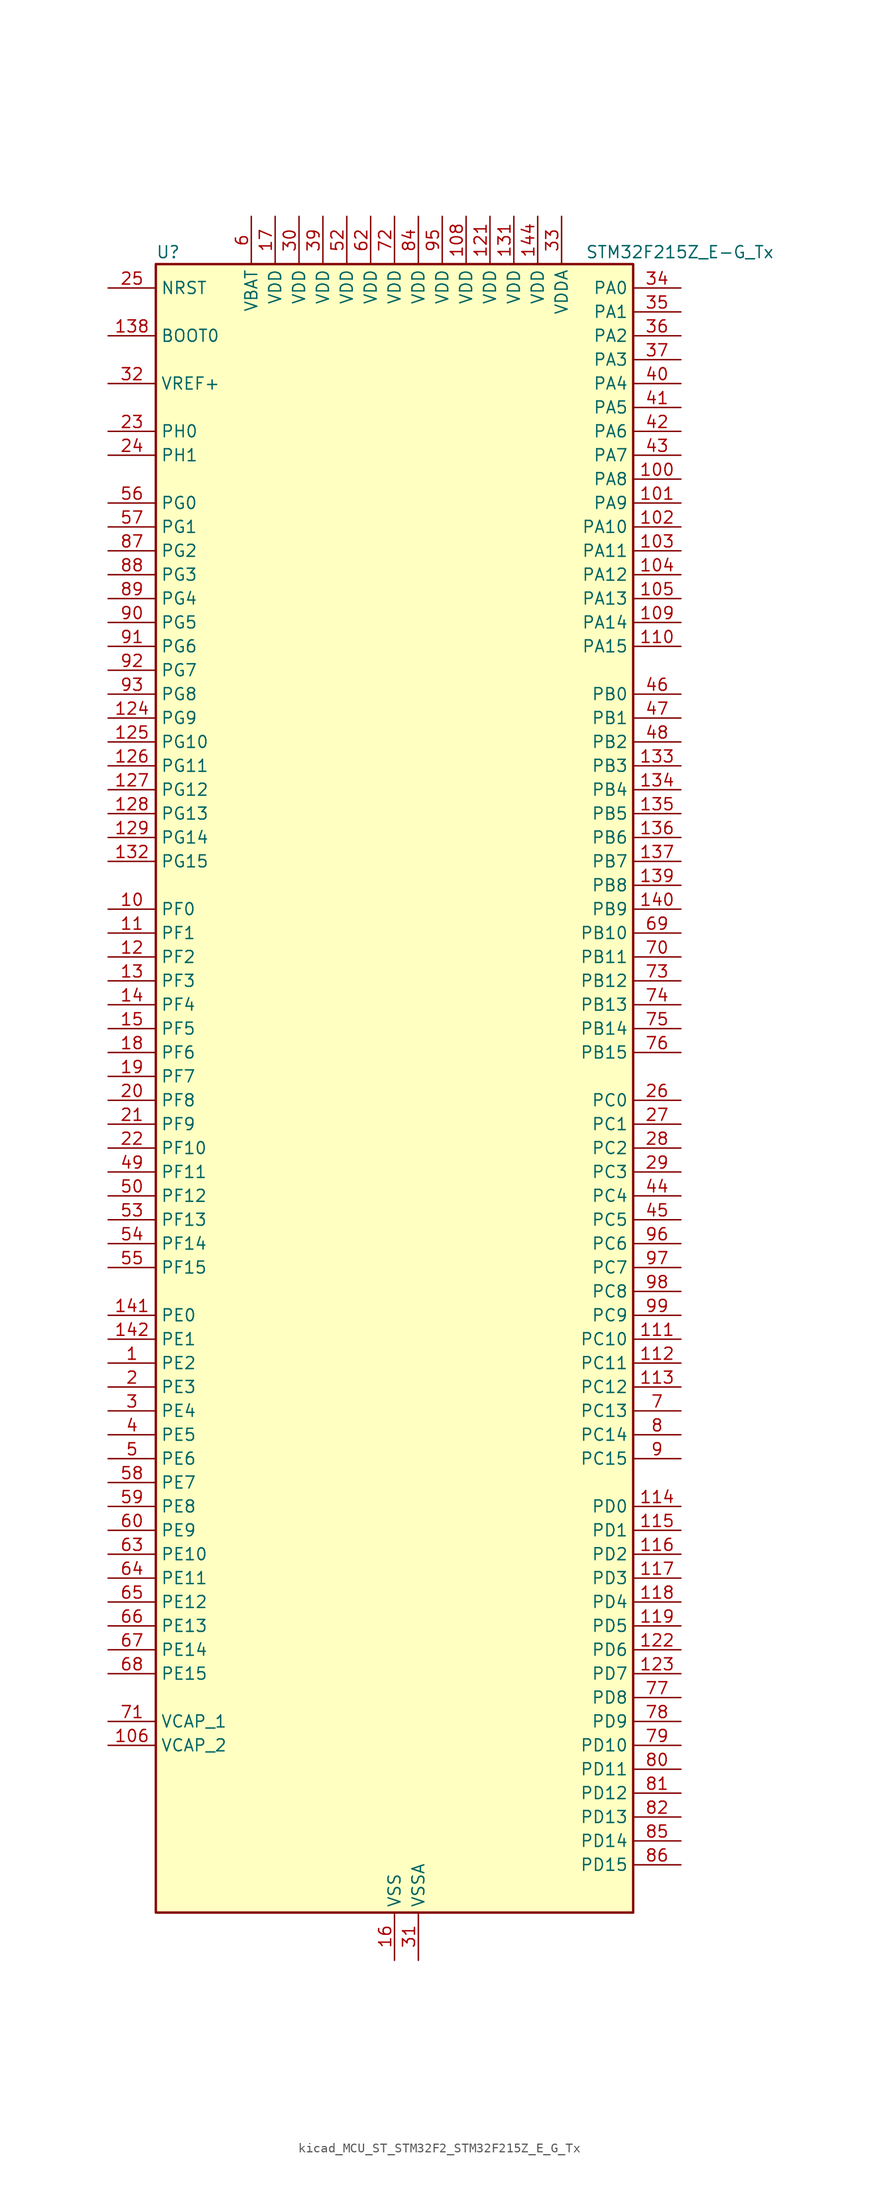
<source format=kicad_sym>
(kicad_symbol_lib
  (version 20220914)
  (generator kicad_symbol_editor)
  (symbol "kicad_MCU_ST_STM32F2_STM32F215Z_E_G_Tx"
    (property "Reference" "U"
      (at -25.4 90.17 0)
      (effects (font (size 1.27 1.27)) (justify left)))
    (property "Value" "STM32F215Z_E-G_Tx"
      (at 20.32 90.17 0)
      (effects (font (size 1.27 1.27)) (justify left)))
    (property "ki_locked" ""
      (at 0 0 0)
      (effects (font (size 1.27 1.27))))
    (symbol "kicad_MCU_ST_STM32F2_STM32F215Z_E_G_Tx_0_1"
      (rectangle (start -25.4 -86.36) (end 25.4 88.9) (stroke (width 0.254) (type default)) (fill (type background))))
    (symbol "kicad_MCU_ST_STM32F2_STM32F215Z_E_G_Tx_1_1"
      (pin bidirectional line (at -30.48 -27.94 0) (length 5.08) (name "PE2" (effects (font (size 1.27 1.27)))) (number "1" (effects (font (size 1.27 1.27)))) (alternate "FSMC_A23" bidirectional line) (alternate "SYS_TRACECLK" bidirectional line))
      (pin bidirectional line (at -30.48 20.32 0) (length 5.08) (name "PF0" (effects (font (size 1.27 1.27)))) (number "10" (effects (font (size 1.27 1.27)))) (alternate "FSMC_A0" bidirectional line) (alternate "I2C2_SDA" bidirectional line))
      (pin bidirectional line (at 30.48 66.04 180) (length 5.08) (name "PA8" (effects (font (size 1.27 1.27)))) (number "100" (effects (font (size 1.27 1.27)))) (alternate "I2C3_SCL" bidirectional line) (alternate "RCC_MCO_1" bidirectional line) (alternate "TIM1_CH1" bidirectional line) (alternate "USART1_CK" bidirectional line) (alternate "USB_OTG_FS_SOF" bidirectional line))
      (pin bidirectional line (at 30.48 63.5 180) (length 5.08) (name "PA9" (effects (font (size 1.27 1.27)))) (number "101" (effects (font (size 1.27 1.27)))) (alternate "DAC_EXTI9" bidirectional line) (alternate "I2C3_SMBA" bidirectional line) (alternate "TIM1_CH2" bidirectional line) (alternate "USART1_TX" bidirectional line) (alternate "USB_OTG_FS_VBUS" bidirectional line))
      (pin bidirectional line (at 30.48 60.96 180) (length 5.08) (name "PA10" (effects (font (size 1.27 1.27)))) (number "102" (effects (font (size 1.27 1.27)))) (alternate "TIM1_CH3" bidirectional line) (alternate "USART1_RX" bidirectional line) (alternate "USB_OTG_FS_ID" bidirectional line))
      (pin bidirectional line (at 30.48 58.42 180) (length 5.08) (name "PA11" (effects (font (size 1.27 1.27)))) (number "103" (effects (font (size 1.27 1.27)))) (alternate "ADC1_EXTI11" bidirectional line) (alternate "ADC2_EXTI11" bidirectional line) (alternate "ADC3_EXTI11" bidirectional line) (alternate "CAN1_RX" bidirectional line) (alternate "TIM1_CH4" bidirectional line) (alternate "USART1_CTS" bidirectional line) (alternate "USB_OTG_FS_DM" bidirectional line))
      (pin bidirectional line (at 30.48 55.88 180) (length 5.08) (name "PA12" (effects (font (size 1.27 1.27)))) (number "104" (effects (font (size 1.27 1.27)))) (alternate "CAN1_TX" bidirectional line) (alternate "TIM1_ETR" bidirectional line) (alternate "USART1_RTS" bidirectional line) (alternate "USB_OTG_FS_DP" bidirectional line))
      (pin bidirectional line (at 30.48 53.34 180) (length 5.08) (name "PA13" (effects (font (size 1.27 1.27)))) (number "105" (effects (font (size 1.27 1.27)))) (alternate "SYS_JTMS-SWDIO" bidirectional line))
      (pin power_out line (at -30.48 -68.58 0) (length 5.08) (name "VCAP_2" (effects (font (size 1.27 1.27)))) (number "106" (effects (font (size 1.27 1.27)))))
      (pin passive line (at 0 -91.44 90) (length 5.08) hide (name "VSS" (effects (font (size 1.27 1.27)))) (number "107" (effects (font (size 1.27 1.27)))))
      (pin power_in line (at 7.62 93.98 270) (length 5.08) (name "VDD" (effects (font (size 1.27 1.27)))) (number "108" (effects (font (size 1.27 1.27)))))
      (pin bidirectional line (at 30.48 50.8 180) (length 5.08) (name "PA14" (effects (font (size 1.27 1.27)))) (number "109" (effects (font (size 1.27 1.27)))) (alternate "SYS_JTCK-SWCLK" bidirectional line))
      (pin bidirectional line (at -30.48 17.78 0) (length 5.08) (name "PF1" (effects (font (size 1.27 1.27)))) (number "11" (effects (font (size 1.27 1.27)))) (alternate "FSMC_A1" bidirectional line) (alternate "I2C2_SCL" bidirectional line))
      (pin bidirectional line (at 30.48 48.26 180) (length 5.08) (name "PA15" (effects (font (size 1.27 1.27)))) (number "110" (effects (font (size 1.27 1.27)))) (alternate "ADC1_EXTI15" bidirectional line) (alternate "ADC2_EXTI15" bidirectional line) (alternate "ADC3_EXTI15" bidirectional line) (alternate "I2S3_WS" bidirectional line) (alternate "SPI1_NSS" bidirectional line) (alternate "SPI3_NSS" bidirectional line) (alternate "SYS_JTDI" bidirectional line) (alternate "TIM2_CH1" bidirectional line) (alternate "TIM2_ETR" bidirectional line))
      (pin bidirectional line (at 30.48 -25.4 180) (length 5.08) (name "PC10" (effects (font (size 1.27 1.27)))) (number "111" (effects (font (size 1.27 1.27)))) (alternate "I2S3_SCK" bidirectional line) (alternate "SDIO_D2" bidirectional line) (alternate "SPI3_SCK" bidirectional line) (alternate "UART4_TX" bidirectional line) (alternate "USART3_TX" bidirectional line))
      (pin bidirectional line (at 30.48 -27.94 180) (length 5.08) (name "PC11" (effects (font (size 1.27 1.27)))) (number "112" (effects (font (size 1.27 1.27)))) (alternate "ADC1_EXTI11" bidirectional line) (alternate "ADC2_EXTI11" bidirectional line) (alternate "ADC3_EXTI11" bidirectional line) (alternate "SDIO_D3" bidirectional line) (alternate "SPI3_MISO" bidirectional line) (alternate "UART4_RX" bidirectional line) (alternate "USART3_RX" bidirectional line))
      (pin bidirectional line (at 30.48 -30.48 180) (length 5.08) (name "PC12" (effects (font (size 1.27 1.27)))) (number "113" (effects (font (size 1.27 1.27)))) (alternate "I2S3_SD" bidirectional line) (alternate "SDIO_CK" bidirectional line) (alternate "SPI3_MOSI" bidirectional line) (alternate "UART5_TX" bidirectional line) (alternate "USART3_CK" bidirectional line))
      (pin bidirectional line (at 30.48 -43.18 180) (length 5.08) (name "PD0" (effects (font (size 1.27 1.27)))) (number "114" (effects (font (size 1.27 1.27)))) (alternate "CAN1_RX" bidirectional line) (alternate "FSMC_D2" bidirectional line) (alternate "FSMC_DA2" bidirectional line))
      (pin bidirectional line (at 30.48 -45.72 180) (length 5.08) (name "PD1" (effects (font (size 1.27 1.27)))) (number "115" (effects (font (size 1.27 1.27)))) (alternate "CAN1_TX" bidirectional line) (alternate "FSMC_D3" bidirectional line) (alternate "FSMC_DA3" bidirectional line))
      (pin bidirectional line (at 30.48 -48.26 180) (length 5.08) (name "PD2" (effects (font (size 1.27 1.27)))) (number "116" (effects (font (size 1.27 1.27)))) (alternate "SDIO_CMD" bidirectional line) (alternate "TIM3_ETR" bidirectional line) (alternate "UART5_RX" bidirectional line))
      (pin bidirectional line (at 30.48 -50.8 180) (length 5.08) (name "PD3" (effects (font (size 1.27 1.27)))) (number "117" (effects (font (size 1.27 1.27)))) (alternate "FSMC_CLK" bidirectional line) (alternate "USART2_CTS" bidirectional line))
      (pin bidirectional line (at 30.48 -53.34 180) (length 5.08) (name "PD4" (effects (font (size 1.27 1.27)))) (number "118" (effects (font (size 1.27 1.27)))) (alternate "FSMC_NOE" bidirectional line) (alternate "USART2_RTS" bidirectional line))
      (pin bidirectional line (at 30.48 -55.88 180) (length 5.08) (name "PD5" (effects (font (size 1.27 1.27)))) (number "119" (effects (font (size 1.27 1.27)))) (alternate "FSMC_NWE" bidirectional line) (alternate "USART2_TX" bidirectional line))
      (pin bidirectional line (at -30.48 15.24 0) (length 5.08) (name "PF2" (effects (font (size 1.27 1.27)))) (number "12" (effects (font (size 1.27 1.27)))) (alternate "FSMC_A2" bidirectional line) (alternate "I2C2_SMBA" bidirectional line))
      (pin passive line (at 0 -91.44 90) (length 5.08) hide (name "VSS" (effects (font (size 1.27 1.27)))) (number "120" (effects (font (size 1.27 1.27)))))
      (pin power_in line (at 10.16 93.98 270) (length 5.08) (name "VDD" (effects (font (size 1.27 1.27)))) (number "121" (effects (font (size 1.27 1.27)))))
      (pin bidirectional line (at 30.48 -58.42 180) (length 5.08) (name "PD6" (effects (font (size 1.27 1.27)))) (number "122" (effects (font (size 1.27 1.27)))) (alternate "FSMC_NWAIT" bidirectional line) (alternate "USART2_RX" bidirectional line))
      (pin bidirectional line (at 30.48 -60.96 180) (length 5.08) (name "PD7" (effects (font (size 1.27 1.27)))) (number "123" (effects (font (size 1.27 1.27)))) (alternate "FSMC_NCE2" bidirectional line) (alternate "FSMC_NE1" bidirectional line) (alternate "USART2_CK" bidirectional line))
      (pin bidirectional line (at -30.48 40.64 0) (length 5.08) (name "PG9" (effects (font (size 1.27 1.27)))) (number "124" (effects (font (size 1.27 1.27)))) (alternate "DAC_EXTI9" bidirectional line) (alternate "FSMC_NCE3" bidirectional line) (alternate "FSMC_NE2" bidirectional line) (alternate "USART6_RX" bidirectional line))
      (pin bidirectional line (at -30.48 38.1 0) (length 5.08) (name "PG10" (effects (font (size 1.27 1.27)))) (number "125" (effects (font (size 1.27 1.27)))) (alternate "FSMC_NCE4_1" bidirectional line) (alternate "FSMC_NE3" bidirectional line))
      (pin bidirectional line (at -30.48 35.56 0) (length 5.08) (name "PG11" (effects (font (size 1.27 1.27)))) (number "126" (effects (font (size 1.27 1.27)))) (alternate "ADC1_EXTI11" bidirectional line) (alternate "ADC2_EXTI11" bidirectional line) (alternate "ADC3_EXTI11" bidirectional line) (alternate "FSMC_NCE4_2" bidirectional line))
      (pin bidirectional line (at -30.48 33.02 0) (length 5.08) (name "PG12" (effects (font (size 1.27 1.27)))) (number "127" (effects (font (size 1.27 1.27)))) (alternate "FSMC_NE4" bidirectional line) (alternate "USART6_RTS" bidirectional line))
      (pin bidirectional line (at -30.48 30.48 0) (length 5.08) (name "PG13" (effects (font (size 1.27 1.27)))) (number "128" (effects (font (size 1.27 1.27)))) (alternate "FSMC_A24" bidirectional line) (alternate "USART6_CTS" bidirectional line))
      (pin bidirectional line (at -30.48 27.94 0) (length 5.08) (name "PG14" (effects (font (size 1.27 1.27)))) (number "129" (effects (font (size 1.27 1.27)))) (alternate "FSMC_A25" bidirectional line) (alternate "USART6_TX" bidirectional line))
      (pin bidirectional line (at -30.48 12.7 0) (length 5.08) (name "PF3" (effects (font (size 1.27 1.27)))) (number "13" (effects (font (size 1.27 1.27)))) (alternate "ADC3_IN9" bidirectional line) (alternate "FSMC_A3" bidirectional line))
      (pin passive line (at 0 -91.44 90) (length 5.08) hide (name "VSS" (effects (font (size 1.27 1.27)))) (number "130" (effects (font (size 1.27 1.27)))))
      (pin power_in line (at 12.7 93.98 270) (length 5.08) (name "VDD" (effects (font (size 1.27 1.27)))) (number "131" (effects (font (size 1.27 1.27)))))
      (pin bidirectional line (at -30.48 25.4 0) (length 5.08) (name "PG15" (effects (font (size 1.27 1.27)))) (number "132" (effects (font (size 1.27 1.27)))) (alternate "ADC1_EXTI15" bidirectional line) (alternate "ADC2_EXTI15" bidirectional line) (alternate "ADC3_EXTI15" bidirectional line) (alternate "USART6_CTS" bidirectional line))
      (pin bidirectional line (at 30.48 35.56 180) (length 5.08) (name "PB3" (effects (font (size 1.27 1.27)))) (number "133" (effects (font (size 1.27 1.27)))) (alternate "I2S3_SCK" bidirectional line) (alternate "SPI1_SCK" bidirectional line) (alternate "SPI3_SCK" bidirectional line) (alternate "SYS_JTDO-SWO" bidirectional line) (alternate "TIM2_CH2" bidirectional line))
      (pin bidirectional line (at 30.48 33.02 180) (length 5.08) (name "PB4" (effects (font (size 1.27 1.27)))) (number "134" (effects (font (size 1.27 1.27)))) (alternate "SPI1_MISO" bidirectional line) (alternate "SPI3_MISO" bidirectional line) (alternate "SYS_JTRST" bidirectional line) (alternate "TIM3_CH1" bidirectional line))
      (pin bidirectional line (at 30.48 30.48 180) (length 5.08) (name "PB5" (effects (font (size 1.27 1.27)))) (number "135" (effects (font (size 1.27 1.27)))) (alternate "CAN2_RX" bidirectional line) (alternate "I2C1_SMBA" bidirectional line) (alternate "I2S3_SD" bidirectional line) (alternate "SPI1_MOSI" bidirectional line) (alternate "SPI3_MOSI" bidirectional line) (alternate "TIM3_CH2" bidirectional line) (alternate "USB_OTG_HS_ULPI_D7" bidirectional line))
      (pin bidirectional line (at 30.48 27.94 180) (length 5.08) (name "PB6" (effects (font (size 1.27 1.27)))) (number "136" (effects (font (size 1.27 1.27)))) (alternate "CAN2_TX" bidirectional line) (alternate "I2C1_SCL" bidirectional line) (alternate "TIM4_CH1" bidirectional line) (alternate "USART1_TX" bidirectional line))
      (pin bidirectional line (at 30.48 25.4 180) (length 5.08) (name "PB7" (effects (font (size 1.27 1.27)))) (number "137" (effects (font (size 1.27 1.27)))) (alternate "FSMC_NL" bidirectional line) (alternate "I2C1_SDA" bidirectional line) (alternate "TIM4_CH2" bidirectional line) (alternate "USART1_RX" bidirectional line))
      (pin input line (at -30.48 81.28 0) (length 5.08) (name "BOOT0" (effects (font (size 1.27 1.27)))) (number "138" (effects (font (size 1.27 1.27)))))
      (pin bidirectional line (at 30.48 22.86 180) (length 5.08) (name "PB8" (effects (font (size 1.27 1.27)))) (number "139" (effects (font (size 1.27 1.27)))) (alternate "CAN1_RX" bidirectional line) (alternate "I2C1_SCL" bidirectional line) (alternate "SDIO_D4" bidirectional line) (alternate "TIM10_CH1" bidirectional line) (alternate "TIM4_CH3" bidirectional line))
      (pin bidirectional line (at -30.48 10.16 0) (length 5.08) (name "PF4" (effects (font (size 1.27 1.27)))) (number "14" (effects (font (size 1.27 1.27)))) (alternate "ADC3_IN14" bidirectional line) (alternate "FSMC_A4" bidirectional line))
      (pin bidirectional line (at 30.48 20.32 180) (length 5.08) (name "PB9" (effects (font (size 1.27 1.27)))) (number "140" (effects (font (size 1.27 1.27)))) (alternate "CAN1_TX" bidirectional line) (alternate "DAC_EXTI9" bidirectional line) (alternate "I2C1_SDA" bidirectional line) (alternate "I2S2_WS" bidirectional line) (alternate "SDIO_D5" bidirectional line) (alternate "SPI2_NSS" bidirectional line) (alternate "TIM11_CH1" bidirectional line) (alternate "TIM4_CH4" bidirectional line))
      (pin bidirectional line (at -30.48 -22.86 0) (length 5.08) (name "PE0" (effects (font (size 1.27 1.27)))) (number "141" (effects (font (size 1.27 1.27)))) (alternate "FSMC_NBL0" bidirectional line) (alternate "TIM4_ETR" bidirectional line))
      (pin bidirectional line (at -30.48 -25.4 0) (length 5.08) (name "PE1" (effects (font (size 1.27 1.27)))) (number "142" (effects (font (size 1.27 1.27)))) (alternate "FSMC_NBL1" bidirectional line))
      (pin no_connect line (at -25.4 -86.36 0) (length 5.08) hide (name "RFU" (effects (font (size 1.27 1.27)))) (number "143" (effects (font (size 1.27 1.27)))))
      (pin power_in line (at 15.24 93.98 270) (length 5.08) (name "VDD" (effects (font (size 1.27 1.27)))) (number "144" (effects (font (size 1.27 1.27)))))
      (pin bidirectional line (at -30.48 7.62 0) (length 5.08) (name "PF5" (effects (font (size 1.27 1.27)))) (number "15" (effects (font (size 1.27 1.27)))) (alternate "ADC3_IN15" bidirectional line) (alternate "FSMC_A5" bidirectional line))
      (pin power_in line (at 0 -91.44 90) (length 5.08) (name "VSS" (effects (font (size 1.27 1.27)))) (number "16" (effects (font (size 1.27 1.27)))))
      (pin power_in line (at -12.7 93.98 270) (length 5.08) (name "VDD" (effects (font (size 1.27 1.27)))) (number "17" (effects (font (size 1.27 1.27)))))
      (pin bidirectional line (at -30.48 5.08 0) (length 5.08) (name "PF6" (effects (font (size 1.27 1.27)))) (number "18" (effects (font (size 1.27 1.27)))) (alternate "ADC3_IN4" bidirectional line) (alternate "FSMC_NIORD" bidirectional line) (alternate "TIM10_CH1" bidirectional line))
      (pin bidirectional line (at -30.48 2.54 0) (length 5.08) (name "PF7" (effects (font (size 1.27 1.27)))) (number "19" (effects (font (size 1.27 1.27)))) (alternate "ADC3_IN5" bidirectional line) (alternate "FSMC_NREG" bidirectional line) (alternate "TIM11_CH1" bidirectional line))
      (pin bidirectional line (at -30.48 -30.48 0) (length 5.08) (name "PE3" (effects (font (size 1.27 1.27)))) (number "2" (effects (font (size 1.27 1.27)))) (alternate "FSMC_A19" bidirectional line) (alternate "SYS_TRACED0" bidirectional line))
      (pin bidirectional line (at -30.48 0 0) (length 5.08) (name "PF8" (effects (font (size 1.27 1.27)))) (number "20" (effects (font (size 1.27 1.27)))) (alternate "ADC3_IN6" bidirectional line) (alternate "FSMC_NIOWR" bidirectional line) (alternate "TIM13_CH1" bidirectional line))
      (pin bidirectional line (at -30.48 -2.54 0) (length 5.08) (name "PF9" (effects (font (size 1.27 1.27)))) (number "21" (effects (font (size 1.27 1.27)))) (alternate "ADC3_IN7" bidirectional line) (alternate "DAC_EXTI9" bidirectional line) (alternate "FSMC_CD" bidirectional line) (alternate "TIM14_CH1" bidirectional line))
      (pin bidirectional line (at -30.48 -5.08 0) (length 5.08) (name "PF10" (effects (font (size 1.27 1.27)))) (number "22" (effects (font (size 1.27 1.27)))) (alternate "ADC3_IN8" bidirectional line) (alternate "FSMC_INTR" bidirectional line))
      (pin bidirectional line (at -30.48 71.12 0) (length 5.08) (name "PH0" (effects (font (size 1.27 1.27)))) (number "23" (effects (font (size 1.27 1.27)))) (alternate "RCC_OSC_IN" bidirectional line))
      (pin bidirectional line (at -30.48 68.58 0) (length 5.08) (name "PH1" (effects (font (size 1.27 1.27)))) (number "24" (effects (font (size 1.27 1.27)))) (alternate "RCC_OSC_OUT" bidirectional line))
      (pin input line (at -30.48 86.36 0) (length 5.08) (name "NRST" (effects (font (size 1.27 1.27)))) (number "25" (effects (font (size 1.27 1.27)))))
      (pin bidirectional line (at 30.48 0 180) (length 5.08) (name "PC0" (effects (font (size 1.27 1.27)))) (number "26" (effects (font (size 1.27 1.27)))) (alternate "ADC1_IN10" bidirectional line) (alternate "ADC2_IN10" bidirectional line) (alternate "ADC3_IN10" bidirectional line) (alternate "USB_OTG_HS_ULPI_STP" bidirectional line))
      (pin bidirectional line (at 30.48 -2.54 180) (length 5.08) (name "PC1" (effects (font (size 1.27 1.27)))) (number "27" (effects (font (size 1.27 1.27)))) (alternate "ADC1_IN11" bidirectional line) (alternate "ADC2_IN11" bidirectional line) (alternate "ADC3_IN11" bidirectional line))
      (pin bidirectional line (at 30.48 -5.08 180) (length 5.08) (name "PC2" (effects (font (size 1.27 1.27)))) (number "28" (effects (font (size 1.27 1.27)))) (alternate "ADC1_IN12" bidirectional line) (alternate "ADC2_IN12" bidirectional line) (alternate "ADC3_IN12" bidirectional line) (alternate "SPI2_MISO" bidirectional line) (alternate "USB_OTG_HS_ULPI_DIR" bidirectional line))
      (pin bidirectional line (at 30.48 -7.62 180) (length 5.08) (name "PC3" (effects (font (size 1.27 1.27)))) (number "29" (effects (font (size 1.27 1.27)))) (alternate "ADC1_IN13" bidirectional line) (alternate "ADC2_IN13" bidirectional line) (alternate "ADC3_IN13" bidirectional line) (alternate "I2S2_SD" bidirectional line) (alternate "SPI2_MOSI" bidirectional line) (alternate "USB_OTG_HS_ULPI_NXT" bidirectional line))
      (pin bidirectional line (at -30.48 -33.02 0) (length 5.08) (name "PE4" (effects (font (size 1.27 1.27)))) (number "3" (effects (font (size 1.27 1.27)))) (alternate "FSMC_A20" bidirectional line) (alternate "SYS_TRACED1" bidirectional line))
      (pin power_in line (at -10.16 93.98 270) (length 5.08) (name "VDD" (effects (font (size 1.27 1.27)))) (number "30" (effects (font (size 1.27 1.27)))))
      (pin power_in line (at 2.54 -91.44 90) (length 5.08) (name "VSSA" (effects (font (size 1.27 1.27)))) (number "31" (effects (font (size 1.27 1.27)))))
      (pin input line (at -30.48 76.2 0) (length 5.08) (name "VREF+" (effects (font (size 1.27 1.27)))) (number "32" (effects (font (size 1.27 1.27)))))
      (pin power_in line (at 17.78 93.98 270) (length 5.08) (name "VDDA" (effects (font (size 1.27 1.27)))) (number "33" (effects (font (size 1.27 1.27)))))
      (pin bidirectional line (at 30.48 86.36 180) (length 5.08) (name "PA0" (effects (font (size 1.27 1.27)))) (number "34" (effects (font (size 1.27 1.27)))) (alternate "ADC1_IN0" bidirectional line) (alternate "ADC2_IN0" bidirectional line) (alternate "ADC3_IN0" bidirectional line) (alternate "SYS_WKUP" bidirectional line) (alternate "TIM2_CH1" bidirectional line) (alternate "TIM2_ETR" bidirectional line) (alternate "TIM5_CH1" bidirectional line) (alternate "TIM8_ETR" bidirectional line) (alternate "UART4_TX" bidirectional line) (alternate "USART2_CTS" bidirectional line))
      (pin bidirectional line (at 30.48 83.82 180) (length 5.08) (name "PA1" (effects (font (size 1.27 1.27)))) (number "35" (effects (font (size 1.27 1.27)))) (alternate "ADC1_IN1" bidirectional line) (alternate "ADC2_IN1" bidirectional line) (alternate "ADC3_IN1" bidirectional line) (alternate "TIM2_CH2" bidirectional line) (alternate "TIM5_CH2" bidirectional line) (alternate "UART4_RX" bidirectional line) (alternate "USART2_RTS" bidirectional line))
      (pin bidirectional line (at 30.48 81.28 180) (length 5.08) (name "PA2" (effects (font (size 1.27 1.27)))) (number "36" (effects (font (size 1.27 1.27)))) (alternate "ADC1_IN2" bidirectional line) (alternate "ADC2_IN2" bidirectional line) (alternate "ADC3_IN2" bidirectional line) (alternate "TIM2_CH3" bidirectional line) (alternate "TIM5_CH3" bidirectional line) (alternate "TIM9_CH1" bidirectional line) (alternate "USART2_TX" bidirectional line))
      (pin bidirectional line (at 30.48 78.74 180) (length 5.08) (name "PA3" (effects (font (size 1.27 1.27)))) (number "37" (effects (font (size 1.27 1.27)))) (alternate "ADC1_IN3" bidirectional line) (alternate "ADC2_IN3" bidirectional line) (alternate "ADC3_IN3" bidirectional line) (alternate "TIM2_CH4" bidirectional line) (alternate "TIM5_CH4" bidirectional line) (alternate "TIM9_CH2" bidirectional line) (alternate "USART2_RX" bidirectional line) (alternate "USB_OTG_HS_ULPI_D0" bidirectional line))
      (pin passive line (at 0 -91.44 90) (length 5.08) hide (name "VSS" (effects (font (size 1.27 1.27)))) (number "38" (effects (font (size 1.27 1.27)))))
      (pin power_in line (at -7.62 93.98 270) (length 5.08) (name "VDD" (effects (font (size 1.27 1.27)))) (number "39" (effects (font (size 1.27 1.27)))))
      (pin bidirectional line (at -30.48 -35.56 0) (length 5.08) (name "PE5" (effects (font (size 1.27 1.27)))) (number "4" (effects (font (size 1.27 1.27)))) (alternate "FSMC_A21" bidirectional line) (alternate "SYS_TRACED2" bidirectional line) (alternate "TIM9_CH1" bidirectional line))
      (pin bidirectional line (at 30.48 76.2 180) (length 5.08) (name "PA4" (effects (font (size 1.27 1.27)))) (number "40" (effects (font (size 1.27 1.27)))) (alternate "ADC1_IN4" bidirectional line) (alternate "ADC2_IN4" bidirectional line) (alternate "DAC_OUT1" bidirectional line) (alternate "I2S3_WS" bidirectional line) (alternate "SPI1_NSS" bidirectional line) (alternate "SPI3_NSS" bidirectional line) (alternate "USART2_CK" bidirectional line) (alternate "USB_OTG_HS_SOF" bidirectional line))
      (pin bidirectional line (at 30.48 73.66 180) (length 5.08) (name "PA5" (effects (font (size 1.27 1.27)))) (number "41" (effects (font (size 1.27 1.27)))) (alternate "ADC1_IN5" bidirectional line) (alternate "ADC2_IN5" bidirectional line) (alternate "DAC_OUT2" bidirectional line) (alternate "SPI1_SCK" bidirectional line) (alternate "TIM2_CH1" bidirectional line) (alternate "TIM2_ETR" bidirectional line) (alternate "TIM8_CH1N" bidirectional line) (alternate "USB_OTG_HS_ULPI_CK" bidirectional line))
      (pin bidirectional line (at 30.48 71.12 180) (length 5.08) (name "PA6" (effects (font (size 1.27 1.27)))) (number "42" (effects (font (size 1.27 1.27)))) (alternate "ADC1_IN6" bidirectional line) (alternate "ADC2_IN6" bidirectional line) (alternate "SPI1_MISO" bidirectional line) (alternate "TIM13_CH1" bidirectional line) (alternate "TIM1_BKIN" bidirectional line) (alternate "TIM3_CH1" bidirectional line) (alternate "TIM8_BKIN" bidirectional line))
      (pin bidirectional line (at 30.48 68.58 180) (length 5.08) (name "PA7" (effects (font (size 1.27 1.27)))) (number "43" (effects (font (size 1.27 1.27)))) (alternate "ADC1_IN7" bidirectional line) (alternate "ADC2_IN7" bidirectional line) (alternate "SPI1_MOSI" bidirectional line) (alternate "TIM14_CH1" bidirectional line) (alternate "TIM1_CH1N" bidirectional line) (alternate "TIM3_CH2" bidirectional line) (alternate "TIM8_CH1N" bidirectional line))
      (pin bidirectional line (at 30.48 -10.16 180) (length 5.08) (name "PC4" (effects (font (size 1.27 1.27)))) (number "44" (effects (font (size 1.27 1.27)))) (alternate "ADC1_IN14" bidirectional line) (alternate "ADC2_IN14" bidirectional line))
      (pin bidirectional line (at 30.48 -12.7 180) (length 5.08) (name "PC5" (effects (font (size 1.27 1.27)))) (number "45" (effects (font (size 1.27 1.27)))) (alternate "ADC1_IN15" bidirectional line) (alternate "ADC2_IN15" bidirectional line))
      (pin bidirectional line (at 30.48 43.18 180) (length 5.08) (name "PB0" (effects (font (size 1.27 1.27)))) (number "46" (effects (font (size 1.27 1.27)))) (alternate "ADC1_IN8" bidirectional line) (alternate "ADC2_IN8" bidirectional line) (alternate "TIM1_CH2N" bidirectional line) (alternate "TIM3_CH3" bidirectional line) (alternate "TIM8_CH2N" bidirectional line) (alternate "USB_OTG_HS_ULPI_D1" bidirectional line))
      (pin bidirectional line (at 30.48 40.64 180) (length 5.08) (name "PB1" (effects (font (size 1.27 1.27)))) (number "47" (effects (font (size 1.27 1.27)))) (alternate "ADC1_IN9" bidirectional line) (alternate "ADC2_IN9" bidirectional line) (alternate "TIM1_CH3N" bidirectional line) (alternate "TIM3_CH4" bidirectional line) (alternate "TIM8_CH3N" bidirectional line) (alternate "USB_OTG_HS_ULPI_D2" bidirectional line))
      (pin bidirectional line (at 30.48 38.1 180) (length 5.08) (name "PB2" (effects (font (size 1.27 1.27)))) (number "48" (effects (font (size 1.27 1.27)))))
      (pin bidirectional line (at -30.48 -7.62 0) (length 5.08) (name "PF11" (effects (font (size 1.27 1.27)))) (number "49" (effects (font (size 1.27 1.27)))) (alternate "ADC1_EXTI11" bidirectional line) (alternate "ADC2_EXTI11" bidirectional line) (alternate "ADC3_EXTI11" bidirectional line))
      (pin bidirectional line (at -30.48 -38.1 0) (length 5.08) (name "PE6" (effects (font (size 1.27 1.27)))) (number "5" (effects (font (size 1.27 1.27)))) (alternate "FSMC_A22" bidirectional line) (alternate "SYS_TRACED3" bidirectional line) (alternate "TIM9_CH2" bidirectional line))
      (pin bidirectional line (at -30.48 -10.16 0) (length 5.08) (name "PF12" (effects (font (size 1.27 1.27)))) (number "50" (effects (font (size 1.27 1.27)))) (alternate "FSMC_A6" bidirectional line))
      (pin passive line (at 0 -91.44 90) (length 5.08) hide (name "VSS" (effects (font (size 1.27 1.27)))) (number "51" (effects (font (size 1.27 1.27)))))
      (pin power_in line (at -5.08 93.98 270) (length 5.08) (name "VDD" (effects (font (size 1.27 1.27)))) (number "52" (effects (font (size 1.27 1.27)))))
      (pin bidirectional line (at -30.48 -12.7 0) (length 5.08) (name "PF13" (effects (font (size 1.27 1.27)))) (number "53" (effects (font (size 1.27 1.27)))) (alternate "FSMC_A7" bidirectional line))
      (pin bidirectional line (at -30.48 -15.24 0) (length 5.08) (name "PF14" (effects (font (size 1.27 1.27)))) (number "54" (effects (font (size 1.27 1.27)))) (alternate "FSMC_A8" bidirectional line))
      (pin bidirectional line (at -30.48 -17.78 0) (length 5.08) (name "PF15" (effects (font (size 1.27 1.27)))) (number "55" (effects (font (size 1.27 1.27)))) (alternate "ADC1_EXTI15" bidirectional line) (alternate "ADC2_EXTI15" bidirectional line) (alternate "ADC3_EXTI15" bidirectional line) (alternate "FSMC_A9" bidirectional line))
      (pin bidirectional line (at -30.48 63.5 0) (length 5.08) (name "PG0" (effects (font (size 1.27 1.27)))) (number "56" (effects (font (size 1.27 1.27)))) (alternate "FSMC_A10" bidirectional line))
      (pin bidirectional line (at -30.48 60.96 0) (length 5.08) (name "PG1" (effects (font (size 1.27 1.27)))) (number "57" (effects (font (size 1.27 1.27)))) (alternate "FSMC_A11" bidirectional line))
      (pin bidirectional line (at -30.48 -40.64 0) (length 5.08) (name "PE7" (effects (font (size 1.27 1.27)))) (number "58" (effects (font (size 1.27 1.27)))) (alternate "FSMC_D4" bidirectional line) (alternate "FSMC_DA4" bidirectional line) (alternate "TIM1_ETR" bidirectional line))
      (pin bidirectional line (at -30.48 -43.18 0) (length 5.08) (name "PE8" (effects (font (size 1.27 1.27)))) (number "59" (effects (font (size 1.27 1.27)))) (alternate "FSMC_D5" bidirectional line) (alternate "FSMC_DA5" bidirectional line) (alternate "TIM1_CH1N" bidirectional line))
      (pin power_in line (at -15.24 93.98 270) (length 5.08) (name "VBAT" (effects (font (size 1.27 1.27)))) (number "6" (effects (font (size 1.27 1.27)))))
      (pin bidirectional line (at -30.48 -45.72 0) (length 5.08) (name "PE9" (effects (font (size 1.27 1.27)))) (number "60" (effects (font (size 1.27 1.27)))) (alternate "DAC_EXTI9" bidirectional line) (alternate "FSMC_D6" bidirectional line) (alternate "FSMC_DA6" bidirectional line) (alternate "TIM1_CH1" bidirectional line))
      (pin passive line (at 0 -91.44 90) (length 5.08) hide (name "VSS" (effects (font (size 1.27 1.27)))) (number "61" (effects (font (size 1.27 1.27)))))
      (pin power_in line (at -2.54 93.98 270) (length 5.08) (name "VDD" (effects (font (size 1.27 1.27)))) (number "62" (effects (font (size 1.27 1.27)))))
      (pin bidirectional line (at -30.48 -48.26 0) (length 5.08) (name "PE10" (effects (font (size 1.27 1.27)))) (number "63" (effects (font (size 1.27 1.27)))) (alternate "FSMC_D7" bidirectional line) (alternate "FSMC_DA7" bidirectional line) (alternate "TIM1_CH2N" bidirectional line))
      (pin bidirectional line (at -30.48 -50.8 0) (length 5.08) (name "PE11" (effects (font (size 1.27 1.27)))) (number "64" (effects (font (size 1.27 1.27)))) (alternate "ADC1_EXTI11" bidirectional line) (alternate "ADC2_EXTI11" bidirectional line) (alternate "ADC3_EXTI11" bidirectional line) (alternate "FSMC_D8" bidirectional line) (alternate "FSMC_DA8" bidirectional line) (alternate "TIM1_CH2" bidirectional line))
      (pin bidirectional line (at -30.48 -53.34 0) (length 5.08) (name "PE12" (effects (font (size 1.27 1.27)))) (number "65" (effects (font (size 1.27 1.27)))) (alternate "FSMC_D9" bidirectional line) (alternate "FSMC_DA9" bidirectional line) (alternate "TIM1_CH3N" bidirectional line))
      (pin bidirectional line (at -30.48 -55.88 0) (length 5.08) (name "PE13" (effects (font (size 1.27 1.27)))) (number "66" (effects (font (size 1.27 1.27)))) (alternate "FSMC_D10" bidirectional line) (alternate "FSMC_DA10" bidirectional line) (alternate "TIM1_CH3" bidirectional line))
      (pin bidirectional line (at -30.48 -58.42 0) (length 5.08) (name "PE14" (effects (font (size 1.27 1.27)))) (number "67" (effects (font (size 1.27 1.27)))) (alternate "FSMC_D11" bidirectional line) (alternate "FSMC_DA11" bidirectional line) (alternate "TIM1_CH4" bidirectional line))
      (pin bidirectional line (at -30.48 -60.96 0) (length 5.08) (name "PE15" (effects (font (size 1.27 1.27)))) (number "68" (effects (font (size 1.27 1.27)))) (alternate "ADC1_EXTI15" bidirectional line) (alternate "ADC2_EXTI15" bidirectional line) (alternate "ADC3_EXTI15" bidirectional line) (alternate "FSMC_D12" bidirectional line) (alternate "FSMC_DA12" bidirectional line) (alternate "TIM1_BKIN" bidirectional line))
      (pin bidirectional line (at 30.48 17.78 180) (length 5.08) (name "PB10" (effects (font (size 1.27 1.27)))) (number "69" (effects (font (size 1.27 1.27)))) (alternate "I2C2_SCL" bidirectional line) (alternate "I2S2_SCK" bidirectional line) (alternate "SPI2_SCK" bidirectional line) (alternate "TIM2_CH3" bidirectional line) (alternate "USART3_TX" bidirectional line) (alternate "USB_OTG_HS_ULPI_D3" bidirectional line))
      (pin bidirectional line (at 30.48 -33.02 180) (length 5.08) (name "PC13" (effects (font (size 1.27 1.27)))) (number "7" (effects (font (size 1.27 1.27)))) (alternate "RTC_AF1" bidirectional line))
      (pin bidirectional line (at 30.48 15.24 180) (length 5.08) (name "PB11" (effects (font (size 1.27 1.27)))) (number "70" (effects (font (size 1.27 1.27)))) (alternate "ADC1_EXTI11" bidirectional line) (alternate "ADC2_EXTI11" bidirectional line) (alternate "ADC3_EXTI11" bidirectional line) (alternate "I2C2_SDA" bidirectional line) (alternate "TIM2_CH4" bidirectional line) (alternate "USART3_RX" bidirectional line) (alternate "USB_OTG_HS_ULPI_D4" bidirectional line))
      (pin power_out line (at -30.48 -66.04 0) (length 5.08) (name "VCAP_1" (effects (font (size 1.27 1.27)))) (number "71" (effects (font (size 1.27 1.27)))))
      (pin power_in line (at 0 93.98 270) (length 5.08) (name "VDD" (effects (font (size 1.27 1.27)))) (number "72" (effects (font (size 1.27 1.27)))))
      (pin bidirectional line (at 30.48 12.7 180) (length 5.08) (name "PB12" (effects (font (size 1.27 1.27)))) (number "73" (effects (font (size 1.27 1.27)))) (alternate "CAN2_RX" bidirectional line) (alternate "I2C2_SMBA" bidirectional line) (alternate "I2S2_WS" bidirectional line) (alternate "SPI2_NSS" bidirectional line) (alternate "TIM1_BKIN" bidirectional line) (alternate "USART3_CK" bidirectional line) (alternate "USB_OTG_HS_ID" bidirectional line) (alternate "USB_OTG_HS_ULPI_D5" bidirectional line))
      (pin bidirectional line (at 30.48 10.16 180) (length 5.08) (name "PB13" (effects (font (size 1.27 1.27)))) (number "74" (effects (font (size 1.27 1.27)))) (alternate "CAN2_TX" bidirectional line) (alternate "I2S2_SCK" bidirectional line) (alternate "SPI2_SCK" bidirectional line) (alternate "TIM1_CH1N" bidirectional line) (alternate "USART3_CTS" bidirectional line) (alternate "USB_OTG_HS_ULPI_D6" bidirectional line) (alternate "USB_OTG_HS_VBUS" bidirectional line))
      (pin bidirectional line (at 30.48 7.62 180) (length 5.08) (name "PB14" (effects (font (size 1.27 1.27)))) (number "75" (effects (font (size 1.27 1.27)))) (alternate "SPI2_MISO" bidirectional line) (alternate "TIM12_CH1" bidirectional line) (alternate "TIM1_CH2N" bidirectional line) (alternate "TIM8_CH2N" bidirectional line) (alternate "USART3_RTS" bidirectional line) (alternate "USB_OTG_HS_DM" bidirectional line))
      (pin bidirectional line (at 30.48 5.08 180) (length 5.08) (name "PB15" (effects (font (size 1.27 1.27)))) (number "76" (effects (font (size 1.27 1.27)))) (alternate "ADC1_EXTI15" bidirectional line) (alternate "ADC2_EXTI15" bidirectional line) (alternate "ADC3_EXTI15" bidirectional line) (alternate "I2S2_SD" bidirectional line) (alternate "RTC_REFIN" bidirectional line) (alternate "SPI2_MOSI" bidirectional line) (alternate "TIM12_CH2" bidirectional line) (alternate "TIM1_CH3N" bidirectional line) (alternate "TIM8_CH3N" bidirectional line) (alternate "USB_OTG_HS_DP" bidirectional line))
      (pin bidirectional line (at 30.48 -63.5 180) (length 5.08) (name "PD8" (effects (font (size 1.27 1.27)))) (number "77" (effects (font (size 1.27 1.27)))) (alternate "FSMC_D13" bidirectional line) (alternate "FSMC_DA13" bidirectional line) (alternate "USART3_TX" bidirectional line))
      (pin bidirectional line (at 30.48 -66.04 180) (length 5.08) (name "PD9" (effects (font (size 1.27 1.27)))) (number "78" (effects (font (size 1.27 1.27)))) (alternate "DAC_EXTI9" bidirectional line) (alternate "FSMC_D14" bidirectional line) (alternate "FSMC_DA14" bidirectional line) (alternate "USART3_RX" bidirectional line))
      (pin bidirectional line (at 30.48 -68.58 180) (length 5.08) (name "PD10" (effects (font (size 1.27 1.27)))) (number "79" (effects (font (size 1.27 1.27)))) (alternate "FSMC_D15" bidirectional line) (alternate "FSMC_DA15" bidirectional line) (alternate "USART3_CK" bidirectional line))
      (pin bidirectional line (at 30.48 -35.56 180) (length 5.08) (name "PC14" (effects (font (size 1.27 1.27)))) (number "8" (effects (font (size 1.27 1.27)))) (alternate "RCC_OSC32_IN" bidirectional line))
      (pin bidirectional line (at 30.48 -71.12 180) (length 5.08) (name "PD11" (effects (font (size 1.27 1.27)))) (number "80" (effects (font (size 1.27 1.27)))) (alternate "ADC1_EXTI11" bidirectional line) (alternate "ADC2_EXTI11" bidirectional line) (alternate "ADC3_EXTI11" bidirectional line) (alternate "FSMC_A16" bidirectional line) (alternate "FSMC_CLE" bidirectional line) (alternate "USART3_CTS" bidirectional line))
      (pin bidirectional line (at 30.48 -73.66 180) (length 5.08) (name "PD12" (effects (font (size 1.27 1.27)))) (number "81" (effects (font (size 1.27 1.27)))) (alternate "FSMC_A17" bidirectional line) (alternate "FSMC_ALE" bidirectional line) (alternate "TIM4_CH1" bidirectional line) (alternate "USART3_RTS" bidirectional line))
      (pin bidirectional line (at 30.48 -76.2 180) (length 5.08) (name "PD13" (effects (font (size 1.27 1.27)))) (number "82" (effects (font (size 1.27 1.27)))) (alternate "FSMC_A18" bidirectional line) (alternate "TIM4_CH2" bidirectional line))
      (pin passive line (at 0 -91.44 90) (length 5.08) hide (name "VSS" (effects (font (size 1.27 1.27)))) (number "83" (effects (font (size 1.27 1.27)))))
      (pin power_in line (at 2.54 93.98 270) (length 5.08) (name "VDD" (effects (font (size 1.27 1.27)))) (number "84" (effects (font (size 1.27 1.27)))))
      (pin bidirectional line (at 30.48 -78.74 180) (length 5.08) (name "PD14" (effects (font (size 1.27 1.27)))) (number "85" (effects (font (size 1.27 1.27)))) (alternate "FSMC_D0" bidirectional line) (alternate "FSMC_DA0" bidirectional line) (alternate "TIM4_CH3" bidirectional line))
      (pin bidirectional line (at 30.48 -81.28 180) (length 5.08) (name "PD15" (effects (font (size 1.27 1.27)))) (number "86" (effects (font (size 1.27 1.27)))) (alternate "ADC1_EXTI15" bidirectional line) (alternate "ADC2_EXTI15" bidirectional line) (alternate "ADC3_EXTI15" bidirectional line) (alternate "FSMC_D1" bidirectional line) (alternate "FSMC_DA1" bidirectional line) (alternate "TIM4_CH4" bidirectional line))
      (pin bidirectional line (at -30.48 58.42 0) (length 5.08) (name "PG2" (effects (font (size 1.27 1.27)))) (number "87" (effects (font (size 1.27 1.27)))) (alternate "FSMC_A12" bidirectional line))
      (pin bidirectional line (at -30.48 55.88 0) (length 5.08) (name "PG3" (effects (font (size 1.27 1.27)))) (number "88" (effects (font (size 1.27 1.27)))) (alternate "FSMC_A13" bidirectional line))
      (pin bidirectional line (at -30.48 53.34 0) (length 5.08) (name "PG4" (effects (font (size 1.27 1.27)))) (number "89" (effects (font (size 1.27 1.27)))) (alternate "FSMC_A14" bidirectional line))
      (pin bidirectional line (at 30.48 -38.1 180) (length 5.08) (name "PC15" (effects (font (size 1.27 1.27)))) (number "9" (effects (font (size 1.27 1.27)))) (alternate "ADC1_EXTI15" bidirectional line) (alternate "ADC2_EXTI15" bidirectional line) (alternate "ADC3_EXTI15" bidirectional line) (alternate "RCC_OSC32_OUT" bidirectional line))
      (pin bidirectional line (at -30.48 50.8 0) (length 5.08) (name "PG5" (effects (font (size 1.27 1.27)))) (number "90" (effects (font (size 1.27 1.27)))) (alternate "FSMC_A15" bidirectional line))
      (pin bidirectional line (at -30.48 48.26 0) (length 5.08) (name "PG6" (effects (font (size 1.27 1.27)))) (number "91" (effects (font (size 1.27 1.27)))) (alternate "FSMC_INT2" bidirectional line))
      (pin bidirectional line (at -30.48 45.72 0) (length 5.08) (name "PG7" (effects (font (size 1.27 1.27)))) (number "92" (effects (font (size 1.27 1.27)))) (alternate "FSMC_INT3" bidirectional line) (alternate "USART6_CK" bidirectional line))
      (pin bidirectional line (at -30.48 43.18 0) (length 5.08) (name "PG8" (effects (font (size 1.27 1.27)))) (number "93" (effects (font (size 1.27 1.27)))) (alternate "USART6_RTS" bidirectional line))
      (pin passive line (at 0 -91.44 90) (length 5.08) hide (name "VSS" (effects (font (size 1.27 1.27)))) (number "94" (effects (font (size 1.27 1.27)))))
      (pin power_in line (at 5.08 93.98 270) (length 5.08) (name "VDD" (effects (font (size 1.27 1.27)))) (number "95" (effects (font (size 1.27 1.27)))))
      (pin bidirectional line (at 30.48 -15.24 180) (length 5.08) (name "PC6" (effects (font (size 1.27 1.27)))) (number "96" (effects (font (size 1.27 1.27)))) (alternate "I2S2_MCK" bidirectional line) (alternate "SDIO_D6" bidirectional line) (alternate "TIM3_CH1" bidirectional line) (alternate "TIM8_CH1" bidirectional line) (alternate "USART6_TX" bidirectional line))
      (pin bidirectional line (at 30.48 -17.78 180) (length 5.08) (name "PC7" (effects (font (size 1.27 1.27)))) (number "97" (effects (font (size 1.27 1.27)))) (alternate "I2S3_MCK" bidirectional line) (alternate "SDIO_D7" bidirectional line) (alternate "TIM3_CH2" bidirectional line) (alternate "TIM8_CH2" bidirectional line) (alternate "USART6_RX" bidirectional line))
      (pin bidirectional line (at 30.48 -20.32 180) (length 5.08) (name "PC8" (effects (font (size 1.27 1.27)))) (number "98" (effects (font (size 1.27 1.27)))) (alternate "SDIO_D0" bidirectional line) (alternate "TIM3_CH3" bidirectional line) (alternate "TIM8_CH3" bidirectional line) (alternate "USART6_CK" bidirectional line))
      (pin bidirectional line (at 30.48 -22.86 180) (length 5.08) (name "PC9" (effects (font (size 1.27 1.27)))) (number "99" (effects (font (size 1.27 1.27)))) (alternate "DAC_EXTI9" bidirectional line) (alternate "I2C3_SDA" bidirectional line) (alternate "I2S_CKIN" bidirectional line) (alternate "RCC_MCO_2" bidirectional line) (alternate "SDIO_D1" bidirectional line) (alternate "TIM3_CH4" bidirectional line) (alternate "TIM8_CH4" bidirectional line)))))
</source>
